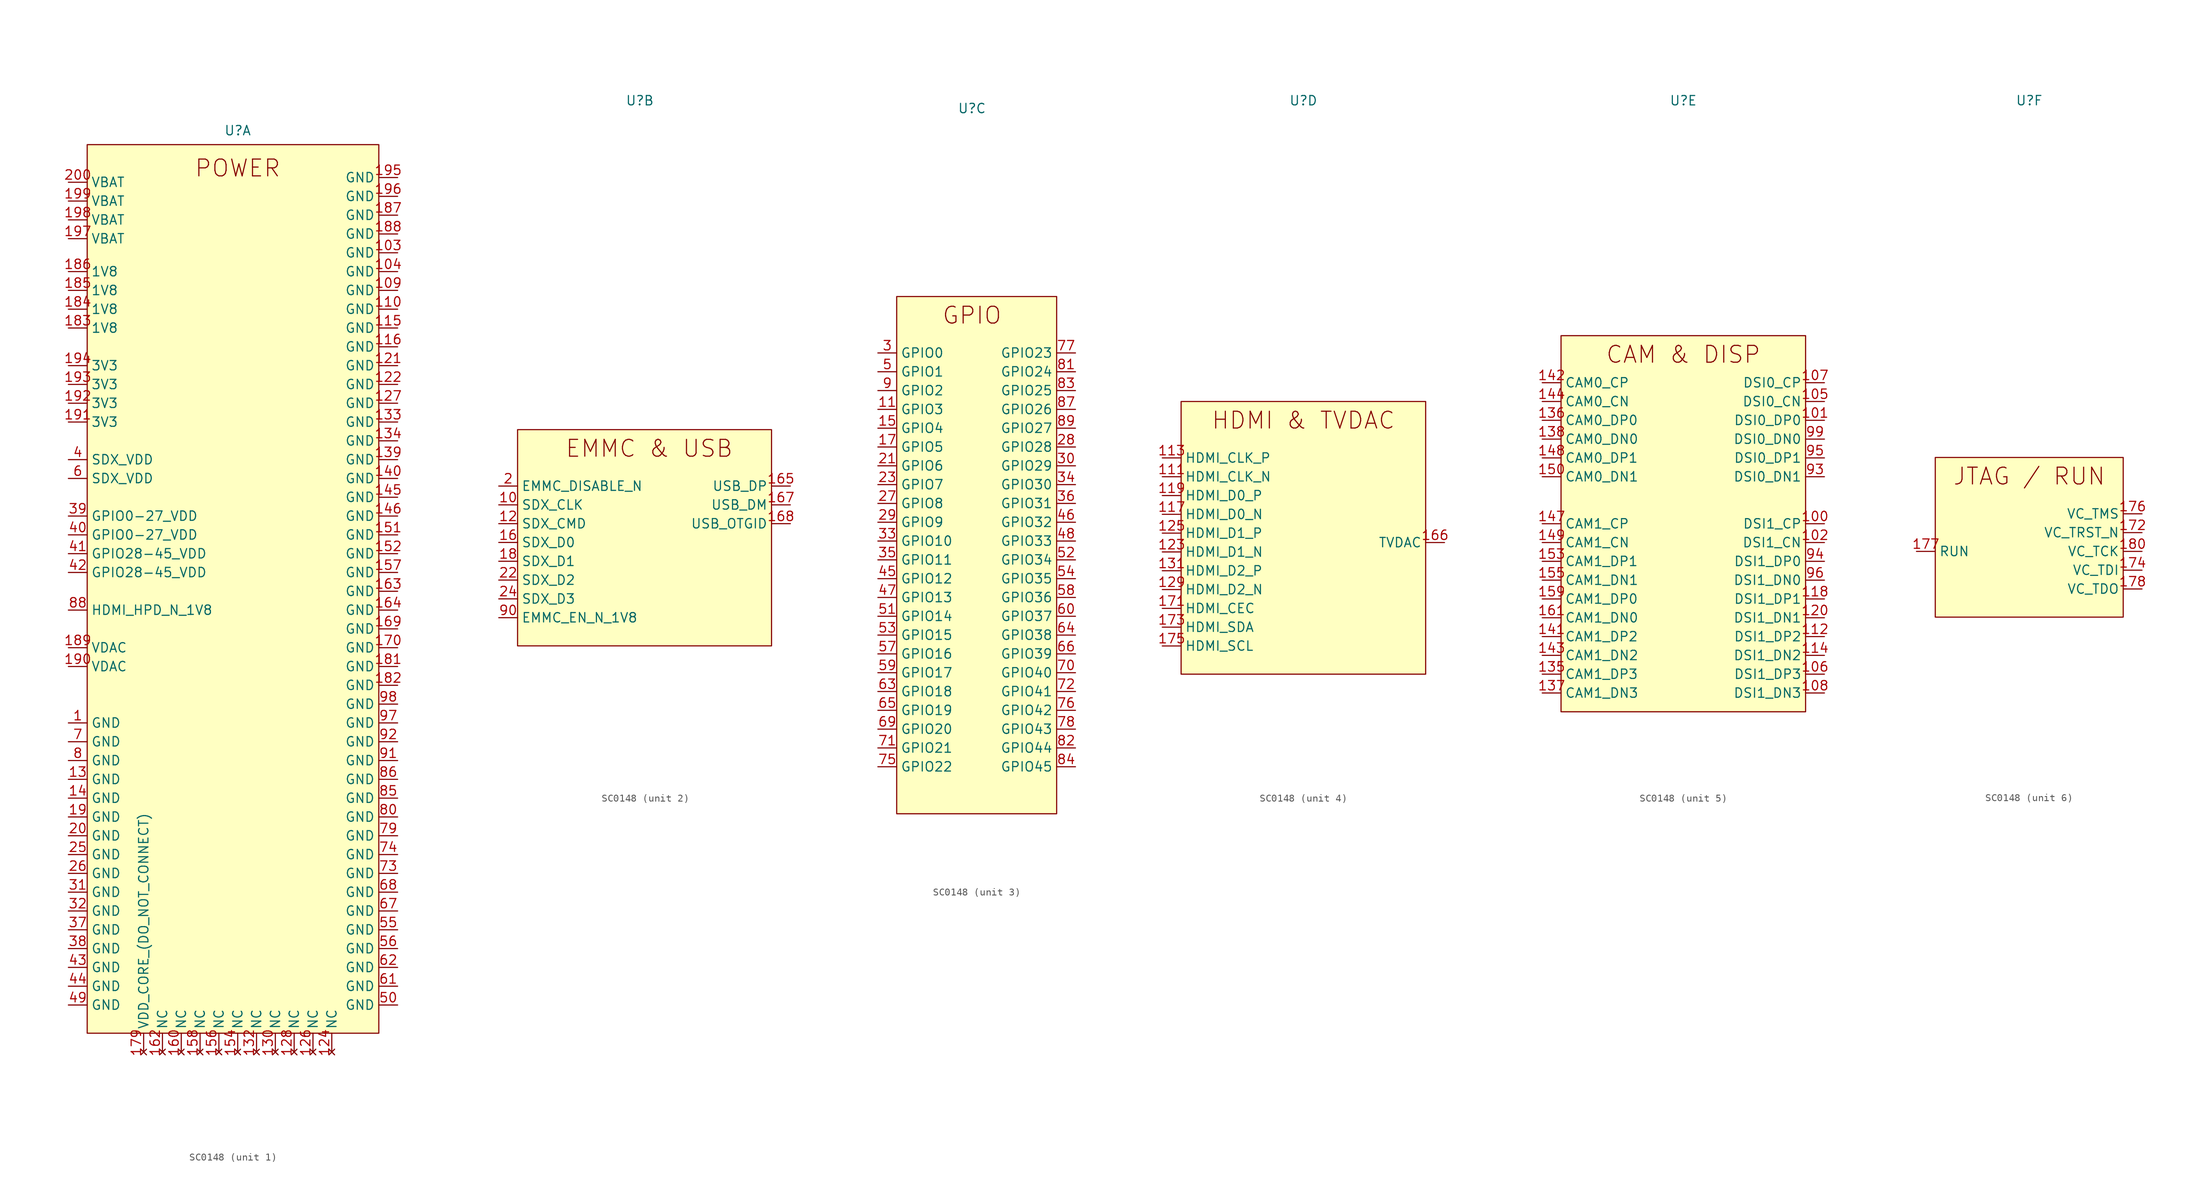
<source format=kicad_sym>
(kicad_symbol_lib
  (version 20220914)
  (generator kicad_symbol_editor)
  (symbol "SC0148"
    (property "Reference" "U"
      (at 0 59.69 0)
      (effects (font (size 1.27 1.27))))
    (property "Value" ""
      (at -5.08 -24.765 0)
      (effects (font (size 1.27 1.27))))
    (property "ki_locked" ""
      (at 0 0 0)
      (effects (font (size 1.27 1.27))))
    (symbol "SC0148_1_1"
      (rectangle (start -20.32 57.785) (end 19.05 -62.23) (stroke (width 0) (type default)) (fill (type background)))
      (text "POWER" (at 0 54.61 0) (effects (font (size 2.27 2.27))))
      (pin power_in line (at -22.86 -20.32 0) (length 2.54) (name "GND" (effects (font (size 1.27 1.27)))) (number "1" (effects (font (size 1.27 1.27)))))
      (pin power_in line (at 21.59 43.18 180) (length 2.54) (name "GND" (effects (font (size 1.27 1.27)))) (number "103" (effects (font (size 1.27 1.27)))))
      (pin power_in line (at 21.59 40.64 180) (length 2.54) (name "GND" (effects (font (size 1.27 1.27)))) (number "104" (effects (font (size 1.27 1.27)))))
      (pin power_in line (at 21.59 38.1 180) (length 2.54) (name "GND" (effects (font (size 1.27 1.27)))) (number "109" (effects (font (size 1.27 1.27)))))
      (pin power_in line (at 21.59 35.56 180) (length 2.54) (name "GND" (effects (font (size 1.27 1.27)))) (number "110" (effects (font (size 1.27 1.27)))))
      (pin power_in line (at 21.59 33.02 180) (length 2.54) (name "GND" (effects (font (size 1.27 1.27)))) (number "115" (effects (font (size 1.27 1.27)))))
      (pin power_in line (at 21.59 30.48 180) (length 2.54) (name "GND" (effects (font (size 1.27 1.27)))) (number "116" (effects (font (size 1.27 1.27)))))
      (pin power_in line (at 21.59 27.94 180) (length 2.54) (name "GND" (effects (font (size 1.27 1.27)))) (number "121" (effects (font (size 1.27 1.27)))))
      (pin power_in line (at 21.59 25.4 180) (length 2.54) (name "GND" (effects (font (size 1.27 1.27)))) (number "122" (effects (font (size 1.27 1.27)))))
      (pin no_connect line (at 12.7 -64.77 90) (length 2.54) (name "NC" (effects (font (size 1.27 1.27)))) (number "124" (effects (font (size 1.27 1.27)))))
      (pin no_connect line (at 10.16 -64.77 90) (length 2.54) (name "NC" (effects (font (size 1.27 1.27)))) (number "126" (effects (font (size 1.27 1.27)))))
      (pin power_in line (at 21.59 22.86 180) (length 2.54) (name "GND" (effects (font (size 1.27 1.27)))) (number "127" (effects (font (size 1.27 1.27)))))
      (pin no_connect line (at 7.62 -64.77 90) (length 2.54) (name "NC" (effects (font (size 1.27 1.27)))) (number "128" (effects (font (size 1.27 1.27)))))
      (pin power_in line (at -22.86 -27.94 0) (length 2.54) (name "GND" (effects (font (size 1.27 1.27)))) (number "13" (effects (font (size 1.27 1.27)))))
      (pin no_connect line (at 5.08 -64.77 90) (length 2.54) (name "NC" (effects (font (size 1.27 1.27)))) (number "130" (effects (font (size 1.27 1.27)))))
      (pin no_connect line (at 2.54 -64.77 90) (length 2.54) (name "NC" (effects (font (size 1.27 1.27)))) (number "132" (effects (font (size 1.27 1.27)))))
      (pin power_in line (at 21.59 20.32 180) (length 2.54) (name "GND" (effects (font (size 1.27 1.27)))) (number "133" (effects (font (size 1.27 1.27)))))
      (pin power_in line (at 21.59 17.78 180) (length 2.54) (name "GND" (effects (font (size 1.27 1.27)))) (number "134" (effects (font (size 1.27 1.27)))))
      (pin power_in line (at 21.59 15.24 180) (length 2.54) (name "GND" (effects (font (size 1.27 1.27)))) (number "139" (effects (font (size 1.27 1.27)))))
      (pin power_in line (at -22.86 -30.48 0) (length 2.54) (name "GND" (effects (font (size 1.27 1.27)))) (number "14" (effects (font (size 1.27 1.27)))))
      (pin power_in line (at 21.59 12.7 180) (length 2.54) (name "GND" (effects (font (size 1.27 1.27)))) (number "140" (effects (font (size 1.27 1.27)))))
      (pin power_in line (at 21.59 10.16 180) (length 2.54) (name "GND" (effects (font (size 1.27 1.27)))) (number "145" (effects (font (size 1.27 1.27)))))
      (pin power_in line (at 21.59 7.62 180) (length 2.54) (name "GND" (effects (font (size 1.27 1.27)))) (number "146" (effects (font (size 1.27 1.27)))))
      (pin power_in line (at 21.59 5.08 180) (length 2.54) (name "GND" (effects (font (size 1.27 1.27)))) (number "151" (effects (font (size 1.27 1.27)))))
      (pin power_in line (at 21.59 2.54 180) (length 2.54) (name "GND" (effects (font (size 1.27 1.27)))) (number "152" (effects (font (size 1.27 1.27)))))
      (pin no_connect line (at 0 -64.77 90) (length 2.54) (name "NC" (effects (font (size 1.27 1.27)))) (number "154" (effects (font (size 1.27 1.27)))))
      (pin no_connect line (at -2.54 -64.77 90) (length 2.54) (name "NC" (effects (font (size 1.27 1.27)))) (number "156" (effects (font (size 1.27 1.27)))))
      (pin power_in line (at 21.59 0 180) (length 2.54) (name "GND" (effects (font (size 1.27 1.27)))) (number "157" (effects (font (size 1.27 1.27)))))
      (pin no_connect line (at -5.08 -64.77 90) (length 2.54) (name "NC" (effects (font (size 1.27 1.27)))) (number "158" (effects (font (size 1.27 1.27)))))
      (pin no_connect line (at -7.62 -64.77 90) (length 2.54) (name "NC" (effects (font (size 1.27 1.27)))) (number "160" (effects (font (size 1.27 1.27)))))
      (pin no_connect line (at -10.16 -64.77 90) (length 2.54) (name "NC" (effects (font (size 1.27 1.27)))) (number "162" (effects (font (size 1.27 1.27)))))
      (pin power_in line (at 21.59 -2.54 180) (length 2.54) (name "GND" (effects (font (size 1.27 1.27)))) (number "163" (effects (font (size 1.27 1.27)))))
      (pin power_in line (at 21.59 -5.08 180) (length 2.54) (name "GND" (effects (font (size 1.27 1.27)))) (number "164" (effects (font (size 1.27 1.27)))))
      (pin power_in line (at 21.59 -7.62 180) (length 2.54) (name "GND" (effects (font (size 1.27 1.27)))) (number "169" (effects (font (size 1.27 1.27)))))
      (pin power_in line (at 21.59 -10.16 180) (length 2.54) (name "GND" (effects (font (size 1.27 1.27)))) (number "170" (effects (font (size 1.27 1.27)))))
      (pin no_connect line (at -12.7 -64.77 90) (length 2.54) (name "VDD_CORE_(DO_NOT_CONNECT)" (effects (font (size 1.27 1.27)))) (number "179" (effects (font (size 1.27 1.27)))))
      (pin power_in line (at 21.59 -12.7 180) (length 2.54) (name "GND" (effects (font (size 1.27 1.27)))) (number "181" (effects (font (size 1.27 1.27)))))
      (pin power_in line (at 21.59 -15.24 180) (length 2.54) (name "GND" (effects (font (size 1.27 1.27)))) (number "182" (effects (font (size 1.27 1.27)))))
      (pin power_in line (at -22.86 33.02 0) (length 2.54) (name "1V8" (effects (font (size 1.27 1.27)))) (number "183" (effects (font (size 1.27 1.27)))))
      (pin power_in line (at -22.86 35.56 0) (length 2.54) (name "1V8" (effects (font (size 1.27 1.27)))) (number "184" (effects (font (size 1.27 1.27)))))
      (pin power_in line (at -22.86 38.1 0) (length 2.54) (name "1V8" (effects (font (size 1.27 1.27)))) (number "185" (effects (font (size 1.27 1.27)))))
      (pin power_in line (at -22.86 40.64 0) (length 2.54) (name "1V8" (effects (font (size 1.27 1.27)))) (number "186" (effects (font (size 1.27 1.27)))))
      (pin power_in line (at 21.59 48.26 180) (length 2.54) (name "GND" (effects (font (size 1.27 1.27)))) (number "187" (effects (font (size 1.27 1.27)))))
      (pin power_in line (at 21.59 45.72 180) (length 2.54) (name "GND" (effects (font (size 1.27 1.27)))) (number "188" (effects (font (size 1.27 1.27)))))
      (pin input line (at -22.86 -10.16 0) (length 2.54) (name "VDAC" (effects (font (size 1.27 1.27)))) (number "189" (effects (font (size 1.27 1.27)))))
      (pin power_in line (at -22.86 -33.02 0) (length 2.54) (name "GND" (effects (font (size 1.27 1.27)))) (number "19" (effects (font (size 1.27 1.27)))))
      (pin input line (at -22.86 -12.7 0) (length 2.54) (name "VDAC" (effects (font (size 1.27 1.27)))) (number "190" (effects (font (size 1.27 1.27)))))
      (pin power_in line (at -22.86 20.32 0) (length 2.54) (name "3V3" (effects (font (size 1.27 1.27)))) (number "191" (effects (font (size 1.27 1.27)))))
      (pin power_in line (at -22.86 22.86 0) (length 2.54) (name "3V3" (effects (font (size 1.27 1.27)))) (number "192" (effects (font (size 1.27 1.27)))))
      (pin power_in line (at -22.86 25.4 0) (length 2.54) (name "3V3" (effects (font (size 1.27 1.27)))) (number "193" (effects (font (size 1.27 1.27)))))
      (pin power_in line (at -22.86 27.94 0) (length 2.54) (name "3V3" (effects (font (size 1.27 1.27)))) (number "194" (effects (font (size 1.27 1.27)))))
      (pin power_in line (at 21.59 53.34 180) (length 2.54) (name "GND" (effects (font (size 1.27 1.27)))) (number "195" (effects (font (size 1.27 1.27)))))
      (pin power_in line (at 21.59 50.8 180) (length 2.54) (name "GND" (effects (font (size 1.27 1.27)))) (number "196" (effects (font (size 1.27 1.27)))))
      (pin power_in line (at -22.86 45.085 0) (length 2.54) (name "VBAT" (effects (font (size 1.27 1.27)))) (number "197" (effects (font (size 1.27 1.27)))))
      (pin power_in line (at -22.86 47.625 0) (length 2.54) (name "VBAT" (effects (font (size 1.27 1.27)))) (number "198" (effects (font (size 1.27 1.27)))))
      (pin power_in line (at -22.86 50.165 0) (length 2.54) (name "VBAT" (effects (font (size 1.27 1.27)))) (number "199" (effects (font (size 1.27 1.27)))))
      (pin power_in line (at -22.86 -35.56 0) (length 2.54) (name "GND" (effects (font (size 1.27 1.27)))) (number "20" (effects (font (size 1.27 1.27)))))
      (pin power_in line (at -22.86 52.705 0) (length 2.54) (name "VBAT" (effects (font (size 1.27 1.27)))) (number "200" (effects (font (size 1.27 1.27)))))
      (pin power_in line (at -22.86 -38.1 0) (length 2.54) (name "GND" (effects (font (size 1.27 1.27)))) (number "25" (effects (font (size 1.27 1.27)))))
      (pin power_in line (at -22.86 -40.64 0) (length 2.54) (name "GND" (effects (font (size 1.27 1.27)))) (number "26" (effects (font (size 1.27 1.27)))))
      (pin power_in line (at -22.86 -43.18 0) (length 2.54) (name "GND" (effects (font (size 1.27 1.27)))) (number "31" (effects (font (size 1.27 1.27)))))
      (pin power_in line (at -22.86 -45.72 0) (length 2.54) (name "GND" (effects (font (size 1.27 1.27)))) (number "32" (effects (font (size 1.27 1.27)))))
      (pin power_in line (at -22.86 -48.26 0) (length 2.54) (name "GND" (effects (font (size 1.27 1.27)))) (number "37" (effects (font (size 1.27 1.27)))))
      (pin power_in line (at -22.86 -50.8 0) (length 2.54) (name "GND" (effects (font (size 1.27 1.27)))) (number "38" (effects (font (size 1.27 1.27)))))
      (pin power_in line (at -22.86 7.62 0) (length 2.54) (name "GPIO0-27_VDD" (effects (font (size 1.27 1.27)))) (number "39" (effects (font (size 1.27 1.27)))))
      (pin power_in line (at -22.86 15.24 0) (length 2.54) (name "SDX_VDD" (effects (font (size 1.27 1.27)))) (number "4" (effects (font (size 1.27 1.27)))))
      (pin power_in line (at -22.86 5.08 0) (length 2.54) (name "GPIO0-27_VDD" (effects (font (size 1.27 1.27)))) (number "40" (effects (font (size 1.27 1.27)))))
      (pin power_in line (at -22.86 2.54 0) (length 2.54) (name "GPIO28-45_VDD" (effects (font (size 1.27 1.27)))) (number "41" (effects (font (size 1.27 1.27)))))
      (pin power_in line (at -22.86 0 0) (length 2.54) (name "GPIO28-45_VDD" (effects (font (size 1.27 1.27)))) (number "42" (effects (font (size 1.27 1.27)))))
      (pin power_in line (at -22.86 -53.34 0) (length 2.54) (name "GND" (effects (font (size 1.27 1.27)))) (number "43" (effects (font (size 1.27 1.27)))))
      (pin power_in line (at -22.86 -55.88 0) (length 2.54) (name "GND" (effects (font (size 1.27 1.27)))) (number "44" (effects (font (size 1.27 1.27)))))
      (pin power_in line (at -22.86 -58.42 0) (length 2.54) (name "GND" (effects (font (size 1.27 1.27)))) (number "49" (effects (font (size 1.27 1.27)))))
      (pin power_in line (at 21.59 -58.42 180) (length 2.54) (name "GND" (effects (font (size 1.27 1.27)))) (number "50" (effects (font (size 1.27 1.27)))))
      (pin power_in line (at 21.59 -48.26 180) (length 2.54) (name "GND" (effects (font (size 1.27 1.27)))) (number "55" (effects (font (size 1.27 1.27)))))
      (pin power_in line (at 21.59 -50.8 180) (length 2.54) (name "GND" (effects (font (size 1.27 1.27)))) (number "56" (effects (font (size 1.27 1.27)))))
      (pin power_in line (at -22.86 12.7 0) (length 2.54) (name "SDX_VDD" (effects (font (size 1.27 1.27)))) (number "6" (effects (font (size 1.27 1.27)))))
      (pin power_in line (at 21.59 -55.88 180) (length 2.54) (name "GND" (effects (font (size 1.27 1.27)))) (number "61" (effects (font (size 1.27 1.27)))))
      (pin power_in line (at 21.59 -53.34 180) (length 2.54) (name "GND" (effects (font (size 1.27 1.27)))) (number "62" (effects (font (size 1.27 1.27)))))
      (pin power_in line (at 21.59 -45.72 180) (length 2.54) (name "GND" (effects (font (size 1.27 1.27)))) (number "67" (effects (font (size 1.27 1.27)))))
      (pin power_in line (at 21.59 -43.18 180) (length 2.54) (name "GND" (effects (font (size 1.27 1.27)))) (number "68" (effects (font (size 1.27 1.27)))))
      (pin power_in line (at -22.86 -22.86 0) (length 2.54) (name "GND" (effects (font (size 1.27 1.27)))) (number "7" (effects (font (size 1.27 1.27)))))
      (pin power_in line (at 21.59 -40.64 180) (length 2.54) (name "GND" (effects (font (size 1.27 1.27)))) (number "73" (effects (font (size 1.27 1.27)))))
      (pin power_in line (at 21.59 -38.1 180) (length 2.54) (name "GND" (effects (font (size 1.27 1.27)))) (number "74" (effects (font (size 1.27 1.27)))))
      (pin power_in line (at 21.59 -35.56 180) (length 2.54) (name "GND" (effects (font (size 1.27 1.27)))) (number "79" (effects (font (size 1.27 1.27)))))
      (pin power_in line (at -22.86 -25.4 0) (length 2.54) (name "GND" (effects (font (size 1.27 1.27)))) (number "8" (effects (font (size 1.27 1.27)))))
      (pin power_in line (at 21.59 -33.02 180) (length 2.54) (name "GND" (effects (font (size 1.27 1.27)))) (number "80" (effects (font (size 1.27 1.27)))))
      (pin power_in line (at 21.59 -30.48 180) (length 2.54) (name "GND" (effects (font (size 1.27 1.27)))) (number "85" (effects (font (size 1.27 1.27)))))
      (pin power_in line (at 21.59 -27.94 180) (length 2.54) (name "GND" (effects (font (size 1.27 1.27)))) (number "86" (effects (font (size 1.27 1.27)))))
      (pin power_in line (at -22.86 -5.08 0) (length 2.54) (name "HDMI_HPD_N_1V8" (effects (font (size 1.27 1.27)))) (number "88" (effects (font (size 1.27 1.27)))))
      (pin power_in line (at 21.59 -25.4 180) (length 2.54) (name "GND" (effects (font (size 1.27 1.27)))) (number "91" (effects (font (size 1.27 1.27)))))
      (pin power_in line (at 21.59 -22.86 180) (length 2.54) (name "GND" (effects (font (size 1.27 1.27)))) (number "92" (effects (font (size 1.27 1.27)))))
      (pin power_in line (at 21.59 -20.32 180) (length 2.54) (name "GND" (effects (font (size 1.27 1.27)))) (number "97" (effects (font (size 1.27 1.27)))))
      (pin power_in line (at 21.59 -17.78 180) (length 2.54) (name "GND" (effects (font (size 1.27 1.27)))) (number "98" (effects (font (size 1.27 1.27))))))
    (symbol "SC0148_2_1"
      (rectangle (start -16.51 15.24) (end 17.78 -13.97) (stroke (width 0) (type default)) (fill (type background)))
      (text "EMMC & USB" (at 1.27 12.7 0) (effects (font (size 2.27 2.27))))
      (pin output line (at -19.05 5.08 0) (length 2.54) (name "SDX_CLK" (effects (font (size 1.27 1.27)))) (number "10" (effects (font (size 1.27 1.27)))))
      (pin bidirectional line (at -19.05 2.54 0) (length 2.54) (name "SDX_CMD" (effects (font (size 1.27 1.27)))) (number "12" (effects (font (size 1.27 1.27)))))
      (pin bidirectional line (at -19.05 0 0) (length 2.54) (name "SDX_D0" (effects (font (size 1.27 1.27)))) (number "16" (effects (font (size 1.27 1.27)))))
      (pin bidirectional line (at 20.32 7.62 180) (length 2.54) (name "USB_DP" (effects (font (size 1.27 1.27)))) (number "165" (effects (font (size 1.27 1.27)))))
      (pin bidirectional line (at 20.32 5.08 180) (length 2.54) (name "USB_DM" (effects (font (size 1.27 1.27)))) (number "167" (effects (font (size 1.27 1.27)))))
      (pin input line (at 20.32 2.54 180) (length 2.54) (name "USB_OTGID" (effects (font (size 1.27 1.27)))) (number "168" (effects (font (size 1.27 1.27)))))
      (pin bidirectional line (at -19.05 -2.54 0) (length 2.54) (name "SDX_D1" (effects (font (size 1.27 1.27)))) (number "18" (effects (font (size 1.27 1.27)))))
      (pin input line (at -19.05 7.62 0) (length 2.54) (name "EMMC_DISABLE_N" (effects (font (size 1.27 1.27)))) (number "2" (effects (font (size 1.27 1.27)))))
      (pin bidirectional line (at -19.05 -5.08 0) (length 2.54) (name "SDX_D2" (effects (font (size 1.27 1.27)))) (number "22" (effects (font (size 1.27 1.27)))))
      (pin bidirectional line (at -19.05 -7.62 0) (length 2.54) (name "SDX_D3" (effects (font (size 1.27 1.27)))) (number "24" (effects (font (size 1.27 1.27)))))
      (pin power_out line (at -19.05 -10.16 0) (length 2.54) (name "EMMC_EN_N_1V8" (effects (font (size 1.27 1.27)))) (number "90" (effects (font (size 1.27 1.27))))))
    (symbol "SC0148_3_1"
      (rectangle (start -10.16 34.29) (end 11.43 -35.56) (stroke (width 0) (type default)) (fill (type background)))
      (text "GPIO" (at 0 31.75 0) (effects (font (size 2.27 2.27))))
      (pin bidirectional line (at -12.7 19.05 0) (length 2.54) (name "GPIO3" (effects (font (size 1.27 1.27)))) (number "11" (effects (font (size 1.27 1.27)))))
      (pin bidirectional line (at -12.7 16.51 0) (length 2.54) (name "GPIO4" (effects (font (size 1.27 1.27)))) (number "15" (effects (font (size 1.27 1.27)))))
      (pin bidirectional line (at -12.7 13.97 0) (length 2.54) (name "GPIO5" (effects (font (size 1.27 1.27)))) (number "17" (effects (font (size 1.27 1.27)))))
      (pin bidirectional line (at -12.7 11.43 0) (length 2.54) (name "GPIO6" (effects (font (size 1.27 1.27)))) (number "21" (effects (font (size 1.27 1.27)))))
      (pin bidirectional line (at -12.7 8.89 0) (length 2.54) (name "GPIO7" (effects (font (size 1.27 1.27)))) (number "23" (effects (font (size 1.27 1.27)))))
      (pin bidirectional line (at -12.7 6.35 0) (length 2.54) (name "GPIO8" (effects (font (size 1.27 1.27)))) (number "27" (effects (font (size 1.27 1.27)))))
      (pin bidirectional line (at 13.97 13.97 180) (length 2.54) (name "GPIO28" (effects (font (size 1.27 1.27)))) (number "28" (effects (font (size 1.27 1.27)))))
      (pin bidirectional line (at -12.7 3.81 0) (length 2.54) (name "GPIO9" (effects (font (size 1.27 1.27)))) (number "29" (effects (font (size 1.27 1.27)))))
      (pin bidirectional line (at -12.7 26.67 0) (length 2.54) (name "GPIO0" (effects (font (size 1.27 1.27)))) (number "3" (effects (font (size 1.27 1.27)))))
      (pin bidirectional line (at 13.97 11.43 180) (length 2.54) (name "GPIO29" (effects (font (size 1.27 1.27)))) (number "30" (effects (font (size 1.27 1.27)))))
      (pin bidirectional line (at -12.7 1.27 0) (length 2.54) (name "GPIO10" (effects (font (size 1.27 1.27)))) (number "33" (effects (font (size 1.27 1.27)))))
      (pin bidirectional line (at 13.97 8.89 180) (length 2.54) (name "GPIO30" (effects (font (size 1.27 1.27)))) (number "34" (effects (font (size 1.27 1.27)))))
      (pin bidirectional line (at -12.7 -1.27 0) (length 2.54) (name "GPIO11" (effects (font (size 1.27 1.27)))) (number "35" (effects (font (size 1.27 1.27)))))
      (pin bidirectional line (at 13.97 6.35 180) (length 2.54) (name "GPIO31" (effects (font (size 1.27 1.27)))) (number "36" (effects (font (size 1.27 1.27)))))
      (pin bidirectional line (at -12.7 -3.81 0) (length 2.54) (name "GPIO12" (effects (font (size 1.27 1.27)))) (number "45" (effects (font (size 1.27 1.27)))))
      (pin bidirectional line (at 13.97 3.81 180) (length 2.54) (name "GPIO32" (effects (font (size 1.27 1.27)))) (number "46" (effects (font (size 1.27 1.27)))))
      (pin bidirectional line (at -12.7 -6.35 0) (length 2.54) (name "GPIO13" (effects (font (size 1.27 1.27)))) (number "47" (effects (font (size 1.27 1.27)))))
      (pin bidirectional line (at 13.97 1.27 180) (length 2.54) (name "GPIO33" (effects (font (size 1.27 1.27)))) (number "48" (effects (font (size 1.27 1.27)))))
      (pin bidirectional line (at -12.7 24.13 0) (length 2.54) (name "GPIO1" (effects (font (size 1.27 1.27)))) (number "5" (effects (font (size 1.27 1.27)))))
      (pin bidirectional line (at -12.7 -8.89 0) (length 2.54) (name "GPIO14" (effects (font (size 1.27 1.27)))) (number "51" (effects (font (size 1.27 1.27)))))
      (pin bidirectional line (at 13.97 -1.27 180) (length 2.54) (name "GPIO34" (effects (font (size 1.27 1.27)))) (number "52" (effects (font (size 1.27 1.27)))))
      (pin bidirectional line (at -12.7 -11.43 0) (length 2.54) (name "GPIO15" (effects (font (size 1.27 1.27)))) (number "53" (effects (font (size 1.27 1.27)))))
      (pin bidirectional line (at 13.97 -3.81 180) (length 2.54) (name "GPIO35" (effects (font (size 1.27 1.27)))) (number "54" (effects (font (size 1.27 1.27)))))
      (pin bidirectional line (at -12.7 -13.97 0) (length 2.54) (name "GPIO16" (effects (font (size 1.27 1.27)))) (number "57" (effects (font (size 1.27 1.27)))))
      (pin bidirectional line (at 13.97 -6.35 180) (length 2.54) (name "GPIO36" (effects (font (size 1.27 1.27)))) (number "58" (effects (font (size 1.27 1.27)))))
      (pin bidirectional line (at -12.7 -16.51 0) (length 2.54) (name "GPIO17" (effects (font (size 1.27 1.27)))) (number "59" (effects (font (size 1.27 1.27)))))
      (pin bidirectional line (at 13.97 -8.89 180) (length 2.54) (name "GPIO37" (effects (font (size 1.27 1.27)))) (number "60" (effects (font (size 1.27 1.27)))))
      (pin bidirectional line (at -12.7 -19.05 0) (length 2.54) (name "GPIO18" (effects (font (size 1.27 1.27)))) (number "63" (effects (font (size 1.27 1.27)))))
      (pin bidirectional line (at 13.97 -11.43 180) (length 2.54) (name "GPIO38" (effects (font (size 1.27 1.27)))) (number "64" (effects (font (size 1.27 1.27)))))
      (pin bidirectional line (at -12.7 -21.59 0) (length 2.54) (name "GPIO19" (effects (font (size 1.27 1.27)))) (number "65" (effects (font (size 1.27 1.27)))))
      (pin bidirectional line (at 13.97 -13.97 180) (length 2.54) (name "GPIO39" (effects (font (size 1.27 1.27)))) (number "66" (effects (font (size 1.27 1.27)))))
      (pin bidirectional line (at -12.7 -24.13 0) (length 2.54) (name "GPIO20" (effects (font (size 1.27 1.27)))) (number "69" (effects (font (size 1.27 1.27)))))
      (pin bidirectional line (at 13.97 -16.51 180) (length 2.54) (name "GPIO40" (effects (font (size 1.27 1.27)))) (number "70" (effects (font (size 1.27 1.27)))))
      (pin bidirectional line (at -12.7 -26.67 0) (length 2.54) (name "GPIO21" (effects (font (size 1.27 1.27)))) (number "71" (effects (font (size 1.27 1.27)))))
      (pin bidirectional line (at 13.97 -19.05 180) (length 2.54) (name "GPIO41" (effects (font (size 1.27 1.27)))) (number "72" (effects (font (size 1.27 1.27)))))
      (pin bidirectional line (at -12.7 -29.21 0) (length 2.54) (name "GPIO22" (effects (font (size 1.27 1.27)))) (number "75" (effects (font (size 1.27 1.27)))))
      (pin bidirectional line (at 13.97 -21.59 180) (length 2.54) (name "GPIO42" (effects (font (size 1.27 1.27)))) (number "76" (effects (font (size 1.27 1.27)))))
      (pin bidirectional line (at 13.97 26.67 180) (length 2.54) (name "GPIO23" (effects (font (size 1.27 1.27)))) (number "77" (effects (font (size 1.27 1.27)))))
      (pin bidirectional line (at 13.97 -24.13 180) (length 2.54) (name "GPIO43" (effects (font (size 1.27 1.27)))) (number "78" (effects (font (size 1.27 1.27)))))
      (pin bidirectional line (at 13.97 24.13 180) (length 2.54) (name "GPIO24" (effects (font (size 1.27 1.27)))) (number "81" (effects (font (size 1.27 1.27)))))
      (pin bidirectional line (at 13.97 -26.67 180) (length 2.54) (name "GPIO44" (effects (font (size 1.27 1.27)))) (number "82" (effects (font (size 1.27 1.27)))))
      (pin bidirectional line (at 13.97 21.59 180) (length 2.54) (name "GPIO25" (effects (font (size 1.27 1.27)))) (number "83" (effects (font (size 1.27 1.27)))))
      (pin bidirectional line (at 13.97 -29.21 180) (length 2.54) (name "GPIO45" (effects (font (size 1.27 1.27)))) (number "84" (effects (font (size 1.27 1.27)))))
      (pin bidirectional line (at 13.97 19.05 180) (length 2.54) (name "GPIO26" (effects (font (size 1.27 1.27)))) (number "87" (effects (font (size 1.27 1.27)))))
      (pin bidirectional line (at 13.97 16.51 180) (length 2.54) (name "GPIO27" (effects (font (size 1.27 1.27)))) (number "89" (effects (font (size 1.27 1.27)))))
      (pin bidirectional line (at -12.7 21.59 0) (length 2.54) (name "GPIO2" (effects (font (size 1.27 1.27)))) (number "9" (effects (font (size 1.27 1.27))))))
    (symbol "SC0148_4_1"
      (rectangle (start -16.51 19.05) (end 16.51 -17.78) (stroke (width 0) (type default)) (fill (type background)))
      (text "HDMI & TVDAC" (at 0 16.51 0) (effects (font (size 2.27 2.27))))
      (pin output line (at -19.05 8.89 0) (length 2.54) (name "HDMI_CLK_N" (effects (font (size 1.27 1.27)))) (number "111" (effects (font (size 1.27 1.27)))))
      (pin output line (at -19.05 11.43 0) (length 2.54) (name "HDMI_CLK_P" (effects (font (size 1.27 1.27)))) (number "113" (effects (font (size 1.27 1.27)))))
      (pin output line (at -19.05 3.81 0) (length 2.54) (name "HDMI_D0_N" (effects (font (size 1.27 1.27)))) (number "117" (effects (font (size 1.27 1.27)))))
      (pin output line (at -19.05 6.35 0) (length 2.54) (name "HDMI_D0_P" (effects (font (size 1.27 1.27)))) (number "119" (effects (font (size 1.27 1.27)))))
      (pin output line (at -19.05 -1.27 0) (length 2.54) (name "HDMI_D1_N" (effects (font (size 1.27 1.27)))) (number "123" (effects (font (size 1.27 1.27)))))
      (pin output line (at -19.05 1.27 0) (length 2.54) (name "HDMI_D1_P" (effects (font (size 1.27 1.27)))) (number "125" (effects (font (size 1.27 1.27)))))
      (pin output line (at -19.05 -6.35 0) (length 2.54) (name "HDMI_D2_N" (effects (font (size 1.27 1.27)))) (number "129" (effects (font (size 1.27 1.27)))))
      (pin output line (at -19.05 -3.81 0) (length 2.54) (name "HDMI_D2_P" (effects (font (size 1.27 1.27)))) (number "131" (effects (font (size 1.27 1.27)))))
      (pin output line (at 19.05 0 180) (length 2.54) (name "TVDAC" (effects (font (size 1.27 1.27)))) (number "166" (effects (font (size 1.27 1.27)))))
      (pin bidirectional line (at -19.05 -8.89 0) (length 2.54) (name "HDMI_CEC" (effects (font (size 1.27 1.27)))) (number "171" (effects (font (size 1.27 1.27)))))
      (pin bidirectional line (at -19.05 -11.43 0) (length 2.54) (name "HDMI_SDA" (effects (font (size 1.27 1.27)))) (number "173" (effects (font (size 1.27 1.27)))))
      (pin bidirectional line (at -19.05 -13.97 0) (length 2.54) (name "HDMI_SCL" (effects (font (size 1.27 1.27)))) (number "175" (effects (font (size 1.27 1.27))))))
    (symbol "SC0148_5_1"
      (rectangle (start -16.51 27.94) (end 16.51 -22.86) (stroke (width 0) (type default)) (fill (type background)))
      (text "CAM & DISP\n" (at 0 25.4 0) (effects (font (size 2.27 2.27))))
      (pin output line (at 19.05 2.54 180) (length 2.54) (name "DSI1_CP" (effects (font (size 1.27 1.27)))) (number "100" (effects (font (size 1.27 1.27)))))
      (pin output line (at 19.05 16.51 180) (length 2.54) (name "DSI0_DP0" (effects (font (size 1.27 1.27)))) (number "101" (effects (font (size 1.27 1.27)))))
      (pin output line (at 19.05 0 180) (length 2.54) (name "DSI1_CN" (effects (font (size 1.27 1.27)))) (number "102" (effects (font (size 1.27 1.27)))))
      (pin output line (at 19.05 19.05 180) (length 2.54) (name "DSI0_CN" (effects (font (size 1.27 1.27)))) (number "105" (effects (font (size 1.27 1.27)))))
      (pin output line (at 19.05 -17.78 180) (length 2.54) (name "DSI1_DP3" (effects (font (size 1.27 1.27)))) (number "106" (effects (font (size 1.27 1.27)))))
      (pin output line (at 19.05 21.59 180) (length 2.54) (name "DSI0_CP" (effects (font (size 1.27 1.27)))) (number "107" (effects (font (size 1.27 1.27)))))
      (pin output line (at 19.05 -20.32 180) (length 2.54) (name "DSI1_DN3" (effects (font (size 1.27 1.27)))) (number "108" (effects (font (size 1.27 1.27)))))
      (pin output line (at 19.05 -12.7 180) (length 2.54) (name "DSI1_DP2" (effects (font (size 1.27 1.27)))) (number "112" (effects (font (size 1.27 1.27)))))
      (pin output line (at 19.05 -15.24 180) (length 2.54) (name "DSI1_DN2" (effects (font (size 1.27 1.27)))) (number "114" (effects (font (size 1.27 1.27)))))
      (pin output line (at 19.05 -7.62 180) (length 2.54) (name "DSI1_DP1" (effects (font (size 1.27 1.27)))) (number "118" (effects (font (size 1.27 1.27)))))
      (pin output line (at 19.05 -10.16 180) (length 2.54) (name "DSI1_DN1" (effects (font (size 1.27 1.27)))) (number "120" (effects (font (size 1.27 1.27)))))
      (pin input line (at -19.05 -17.78 0) (length 2.54) (name "CAM1_DP3" (effects (font (size 1.27 1.27)))) (number "135" (effects (font (size 1.27 1.27)))))
      (pin input line (at -19.05 16.51 0) (length 2.54) (name "CAM0_DP0" (effects (font (size 1.27 1.27)))) (number "136" (effects (font (size 1.27 1.27)))))
      (pin input line (at -19.05 -20.32 0) (length 2.54) (name "CAM1_DN3" (effects (font (size 1.27 1.27)))) (number "137" (effects (font (size 1.27 1.27)))))
      (pin input line (at -19.05 13.97 0) (length 2.54) (name "CAM0_DN0" (effects (font (size 1.27 1.27)))) (number "138" (effects (font (size 1.27 1.27)))))
      (pin input line (at -19.05 -12.7 0) (length 2.54) (name "CAM1_DP2" (effects (font (size 1.27 1.27)))) (number "141" (effects (font (size 1.27 1.27)))))
      (pin input line (at -19.05 21.59 0) (length 2.54) (name "CAM0_CP" (effects (font (size 1.27 1.27)))) (number "142" (effects (font (size 1.27 1.27)))))
      (pin input line (at -19.05 -15.24 0) (length 2.54) (name "CAM1_DN2" (effects (font (size 1.27 1.27)))) (number "143" (effects (font (size 1.27 1.27)))))
      (pin input line (at -19.05 19.05 0) (length 2.54) (name "CAM0_CN" (effects (font (size 1.27 1.27)))) (number "144" (effects (font (size 1.27 1.27)))))
      (pin input line (at -19.05 2.54 0) (length 2.54) (name "CAM1_CP" (effects (font (size 1.27 1.27)))) (number "147" (effects (font (size 1.27 1.27)))))
      (pin input line (at -19.05 11.43 0) (length 2.54) (name "CAM0_DP1" (effects (font (size 1.27 1.27)))) (number "148" (effects (font (size 1.27 1.27)))))
      (pin input line (at -19.05 0 0) (length 2.54) (name "CAM1_CN" (effects (font (size 1.27 1.27)))) (number "149" (effects (font (size 1.27 1.27)))))
      (pin input line (at -19.05 8.89 0) (length 2.54) (name "CAM0_DN1" (effects (font (size 1.27 1.27)))) (number "150" (effects (font (size 1.27 1.27)))))
      (pin input line (at -19.05 -2.54 0) (length 2.54) (name "CAM1_DP1" (effects (font (size 1.27 1.27)))) (number "153" (effects (font (size 1.27 1.27)))))
      (pin input line (at -19.05 -5.08 0) (length 2.54) (name "CAM1_DN1" (effects (font (size 1.27 1.27)))) (number "155" (effects (font (size 1.27 1.27)))))
      (pin input line (at -19.05 -7.62 0) (length 2.54) (name "CAM1_DP0" (effects (font (size 1.27 1.27)))) (number "159" (effects (font (size 1.27 1.27)))))
      (pin input line (at -19.05 -10.16 0) (length 2.54) (name "CAM1_DN0" (effects (font (size 1.27 1.27)))) (number "161" (effects (font (size 1.27 1.27)))))
      (pin output line (at 19.05 8.89 180) (length 2.54) (name "DSI0_DN1" (effects (font (size 1.27 1.27)))) (number "93" (effects (font (size 1.27 1.27)))))
      (pin output line (at 19.05 -2.54 180) (length 2.54) (name "DSI1_DP0" (effects (font (size 1.27 1.27)))) (number "94" (effects (font (size 1.27 1.27)))))
      (pin output line (at 19.05 11.43 180) (length 2.54) (name "DSI0_DP1" (effects (font (size 1.27 1.27)))) (number "95" (effects (font (size 1.27 1.27)))))
      (pin output line (at 19.05 -5.08 180) (length 2.54) (name "DSI1_DN0" (effects (font (size 1.27 1.27)))) (number "96" (effects (font (size 1.27 1.27)))))
      (pin output line (at 19.05 13.97 180) (length 2.54) (name "DSI0_DN0" (effects (font (size 1.27 1.27)))) (number "99" (effects (font (size 1.27 1.27))))))
    (symbol "SC0148_6_1"
      (rectangle (start -12.7 11.43) (end 12.7 -10.16) (stroke (width 0) (type default)) (fill (type background)))
      (text "JTAG / RUN" (at 0 8.89 0) (effects (font (size 2.27 2.27))))
      (pin input line (at 15.24 1.27 180) (length 2.54) (name "VC_TRST_N" (effects (font (size 1.27 1.27)))) (number "172" (effects (font (size 1.27 1.27)))))
      (pin input line (at 15.24 -3.81 180) (length 2.54) (name "VC_TDI" (effects (font (size 1.27 1.27)))) (number "174" (effects (font (size 1.27 1.27)))))
      (pin input line (at 15.24 3.81 180) (length 2.54) (name "VC_TMS" (effects (font (size 1.27 1.27)))) (number "176" (effects (font (size 1.27 1.27)))))
      (pin input line (at -15.24 -1.27 0) (length 2.54) (name "RUN" (effects (font (size 1.27 1.27)))) (number "177" (effects (font (size 1.27 1.27)))))
      (pin output line (at 15.24 -6.35 180) (length 2.54) (name "VC_TDO" (effects (font (size 1.27 1.27)))) (number "178" (effects (font (size 1.27 1.27)))))
      (pin input line (at 15.24 -1.27 180) (length 2.54) (name "VC_TCK" (effects (font (size 1.27 1.27)))) (number "180" (effects (font (size 1.27 1.27))))))))
</source>
